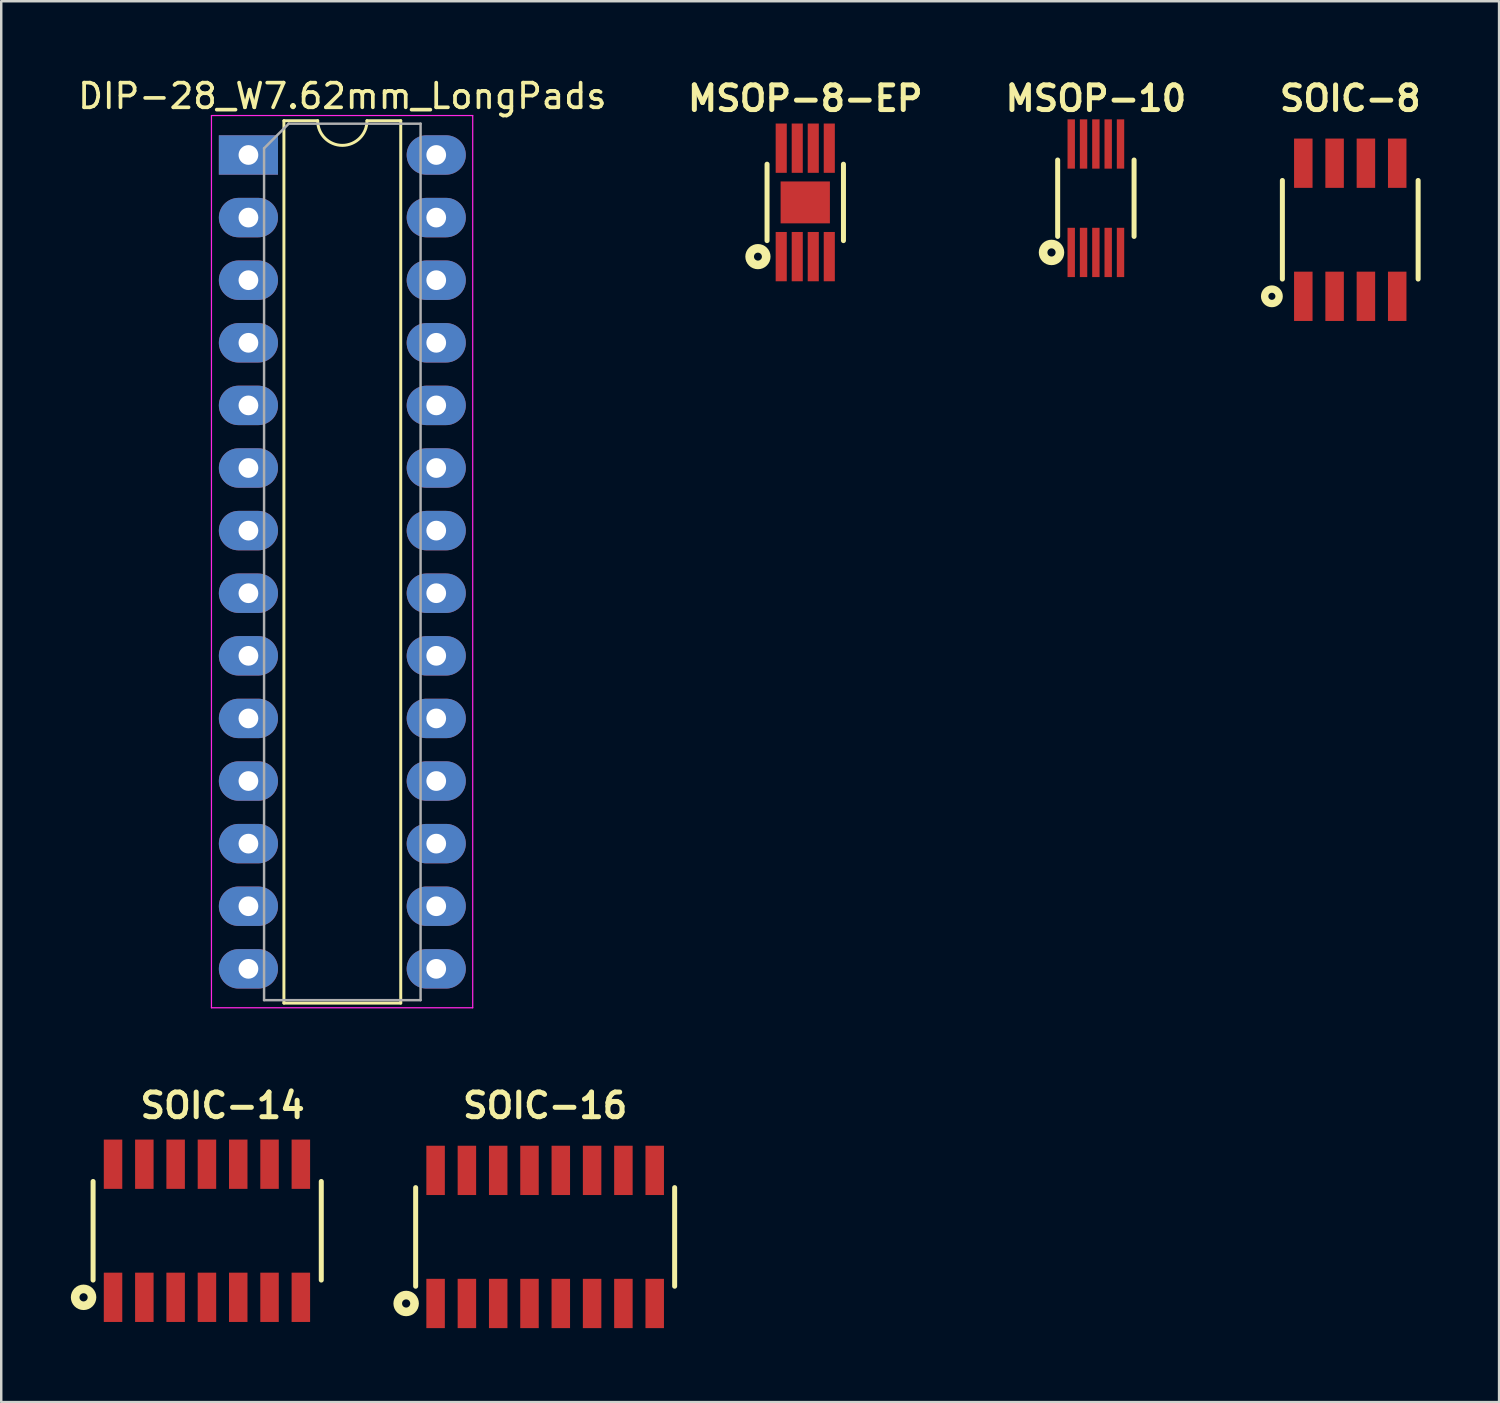
<source format=kicad_pcb>
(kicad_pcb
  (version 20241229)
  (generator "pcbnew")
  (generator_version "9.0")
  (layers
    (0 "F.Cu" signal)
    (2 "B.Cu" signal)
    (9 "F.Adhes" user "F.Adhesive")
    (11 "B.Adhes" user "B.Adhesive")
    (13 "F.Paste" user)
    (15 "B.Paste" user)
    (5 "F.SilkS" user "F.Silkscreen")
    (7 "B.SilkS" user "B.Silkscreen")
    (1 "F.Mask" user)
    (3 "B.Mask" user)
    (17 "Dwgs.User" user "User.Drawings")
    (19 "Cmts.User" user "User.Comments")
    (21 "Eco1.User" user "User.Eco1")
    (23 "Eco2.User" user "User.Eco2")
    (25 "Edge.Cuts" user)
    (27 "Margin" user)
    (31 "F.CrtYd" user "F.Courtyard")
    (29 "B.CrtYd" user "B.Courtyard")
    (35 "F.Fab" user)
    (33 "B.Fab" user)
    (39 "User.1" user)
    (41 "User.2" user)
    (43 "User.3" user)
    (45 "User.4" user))
  (footprint "SOIC-14"
    (layer "F.Cu")
    (at 5.981 46.885)
    (property "Reference" "SOIC-14" (at 0 -5.08 0) (layer "F.SilkS") (effects (font (size 1 1) (thickness 0.203))))
    (attr through_hole)
    (fp_line (start -5.254 2) (end -5.254 -2) (stroke (width 0.203) (type solid)) (layer "F.SilkS"))
    (fp_line (start 4.004 2) (end 4.004 -2) (stroke (width 0.203) (type solid)) (layer "F.SilkS"))
    (fp_circle (center -5.64 2.7) (end -5.5 2.79) (stroke (width 0.35) (type solid)) (fill no) (layer "F.SilkS"))
    (pad "1" smd rect (at -4.445 2.7) (size 0.75 2) (layers "F.Cu" "F.Mask" "F.Paste"))
    (pad "2" smd rect (at -3.175 2.7) (size 0.75 2) (layers "F.Cu" "F.Mask" "F.Paste"))
    (pad "3" smd rect (at -1.905 2.7) (size 0.75 2) (layers "F.Cu" "F.Mask" "F.Paste"))
    (pad "4" smd rect (at -0.635 2.7) (size 0.75 2) (layers "F.Cu" "F.Mask" "F.Paste"))
    (pad "5" smd rect (at 0.635 2.7) (size 0.75 2) (layers "F.Cu" "F.Mask" "F.Paste"))
    (pad "6" smd rect (at 1.905 2.7) (size 0.75 2) (layers "F.Cu" "F.Mask" "F.Paste"))
    (pad "7" smd rect (at 3.175 2.7) (size 0.75 2) (layers "F.Cu" "F.Mask" "F.Paste"))
    (pad "8" smd rect (at 3.175 -2.7) (size 0.75 2) (layers "F.Cu" "F.Mask" "F.Paste"))
    (pad "9" smd rect (at 1.905 -2.7) (size 0.75 2) (layers "F.Cu" "F.Mask" "F.Paste"))
    (pad "10" smd rect (at 0.635 -2.7) (size 0.75 2) (layers "F.Cu" "F.Mask" "F.Paste"))
    (pad "11" smd rect (at -0.635 -2.7) (size 0.75 2) (layers "F.Cu" "F.Mask" "F.Paste"))
    (pad "12" smd rect (at -1.905 -2.7) (size 0.75 2) (layers "F.Cu" "F.Mask" "F.Paste"))
    (pad "13" smd rect (at -3.175 -2.7) (size 0.75 2) (layers "F.Cu" "F.Mask" "F.Paste"))
    (pad "14" smd rect (at -4.445 -2.7) (size 0.75 2) (layers "F.Cu" "F.Mask" "F.Paste")))
  (footprint "SOIC-8"
    (layer "F.Cu")
    (at 51.733 6.272)
    (property "Reference" "SOIC-8" (at 0 -5.33 0) (layer "F.SilkS") (effects (font (size 1 1) (thickness 0.203))))
    (attr through_hole)
    (fp_line (start -2.754 2) (end -2.754 -2) (stroke (width 0.203) (type solid)) (layer "F.SilkS"))
    (fp_line (start 2.754 2) (end 2.754 -2) (stroke (width 0.203) (type solid)) (layer "F.SilkS"))
    (fp_circle (center -3.18 2.7) (end -3.04 2.73) (stroke (width 0.3) (type solid)) (fill no) (layer "F.SilkS"))
    (pad "1" smd rect (at -1.905 2.7) (size 0.75 2) (layers "F.Cu" "F.Mask" "F.Paste"))
    (pad "2" smd rect (at -0.635 2.7) (size 0.75 2) (layers "F.Cu" "F.Mask" "F.Paste"))
    (pad "3" smd rect (at 0.635 2.7) (size 0.75 2) (layers "F.Cu" "F.Mask" "F.Paste"))
    (pad "4" smd rect (at 1.905 2.7) (size 0.75 2) (layers "F.Cu" "F.Mask" "F.Paste"))
    (pad "5" smd rect (at 1.905 -2.7) (size 0.75 2) (layers "F.Cu" "F.Mask" "F.Paste"))
    (pad "6" smd rect (at 0.635 -2.7) (size 0.75 2) (layers "F.Cu" "F.Mask" "F.Paste"))
    (pad "7" smd rect (at -0.635 -2.7) (size 0.75 2) (layers "F.Cu" "F.Mask" "F.Paste"))
    (pad "8" smd rect (at -1.905 -2.7) (size 0.75 2) (layers "F.Cu" "F.Mask" "F.Paste")))
  (footprint "MSOP-8-EP"
    (layer "F.Cu")
    (at 29.621 5.162)
    (property "Reference" "MSOP-8-EP" (at 0 -4.22 0) (layer "F.SilkS") (effects (font (size 1 1) (thickness 0.203))))
    (attr through_hole)
    (fp_line (start -1.55 1.55) (end -1.55 -1.55) (stroke (width 0.203) (type solid)) (layer "F.SilkS"))
    (fp_line (start 1.55 1.55) (end 1.55 -1.55) (stroke (width 0.203) (type solid)) (layer "F.SilkS"))
    (fp_circle (center -1.92 2.2) (end -1.78 2.28) (stroke (width 0.35) (type solid)) (fill no) (layer "F.SilkS"))
    (pad "1" smd rect (at -0.975 2.2) (size 0.45 2) (layers "F.Cu" "F.Mask" "F.Paste"))
    (pad "2" smd rect (at -0.325 2.2) (size 0.45 2) (layers "F.Cu" "F.Mask" "F.Paste"))
    (pad "3" smd rect (at 0.325 2.2) (size 0.45 2) (layers "F.Cu" "F.Mask" "F.Paste"))
    (pad "4" smd rect (at 0.975 2.2) (size 0.45 2) (layers "F.Cu" "F.Mask" "F.Paste"))
    (pad "5" smd rect (at 0.975 -2.2) (size 0.45 2) (layers "F.Cu" "F.Mask" "F.Paste"))
    (pad "6" smd rect (at 0.325 -2.2) (size 0.45 2) (layers "F.Cu" "F.Mask" "F.Paste"))
    (pad "7" smd rect (at -0.325 -2.2) (size 0.45 2) (layers "F.Cu" "F.Mask" "F.Paste"))
    (pad "8" smd rect (at -0.975 -2.2) (size 0.45 2) (layers "F.Cu" "F.Mask" "F.Paste"))
    (pad "9" smd rect (at 0 0) (size 2 1.7) (layers "F.Cu" "F.Mask" "F.Paste")))
  (footprint "SOIC-16"
    (layer "F.Cu")
    (at 19.068 47.135)
    (property "Reference" "SOIC-16" (at 0 -5.33 0) (layer "F.SilkS") (effects (font (size 1 1) (thickness 0.203))))
    (attr through_hole)
    (fp_line (start -5.254 2) (end -5.254 -2) (stroke (width 0.203) (type solid)) (layer "F.SilkS"))
    (fp_line (start 5.254 2) (end 5.254 -2) (stroke (width 0.203) (type solid)) (layer "F.SilkS"))
    (fp_circle (center -5.64 2.7) (end -5.5 2.79) (stroke (width 0.35) (type solid)) (fill no) (layer "F.SilkS"))
    (pad "1" smd rect (at -4.445 2.7) (size 0.75 2) (layers "F.Cu" "F.Mask" "F.Paste"))
    (pad "2" smd rect (at -3.175 2.7) (size 0.75 2) (layers "F.Cu" "F.Mask" "F.Paste"))
    (pad "3" smd rect (at -1.905 2.7) (size 0.75 2) (layers "F.Cu" "F.Mask" "F.Paste"))
    (pad "4" smd rect (at -0.635 2.7) (size 0.75 2) (layers "F.Cu" "F.Mask" "F.Paste"))
    (pad "5" smd rect (at 0.635 2.7) (size 0.75 2) (layers "F.Cu" "F.Mask" "F.Paste"))
    (pad "6" smd rect (at 1.905 2.7) (size 0.75 2) (layers "F.Cu" "F.Mask" "F.Paste"))
    (pad "7" smd rect (at 3.175 2.7) (size 0.75 2) (layers "F.Cu" "F.Mask" "F.Paste"))
    (pad "8" smd rect (at 4.445 2.7) (size 0.75 2) (layers "F.Cu" "F.Mask" "F.Paste"))
    (pad "9" smd rect (at 4.445 -2.7) (size 0.75 2) (layers "F.Cu" "F.Mask" "F.Paste"))
    (pad "10" smd rect (at 3.175 -2.7) (size 0.75 2) (layers "F.Cu" "F.Mask" "F.Paste"))
    (pad "11" smd rect (at 1.905 -2.7) (size 0.75 2) (layers "F.Cu" "F.Mask" "F.Paste"))
    (pad "12" smd rect (at 0.635 -2.7) (size 0.75 2) (layers "F.Cu" "F.Mask" "F.Paste"))
    (pad "13" smd rect (at -0.635 -2.7) (size 0.75 2) (layers "F.Cu" "F.Mask" "F.Paste"))
    (pad "14" smd rect (at -1.905 -2.7) (size 0.75 2) (layers "F.Cu" "F.Mask" "F.Paste"))
    (pad "15" smd rect (at -3.175 -2.7) (size 0.75 2) (layers "F.Cu" "F.Mask" "F.Paste"))
    (pad "16" smd rect (at -4.445 -2.7) (size 0.75 2) (layers "F.Cu" "F.Mask" "F.Paste")))
  (footprint "MSOP-10"
    (layer "F.Cu")
    (at 41.412 4.992)
    (property "Reference" "MSOP-10" (at 0 -4.05 0) (layer "F.SilkS") (effects (font (size 1 1) (thickness 0.203))))
    (attr through_hole)
    (fp_line (start -1.55 1.55) (end -1.55 -1.55) (stroke (width 0.203) (type solid)) (layer "F.SilkS"))
    (fp_line (start 1.55 1.55) (end 1.55 -1.55) (stroke (width 0.203) (type solid)) (layer "F.SilkS"))
    (fp_circle (center -1.8 2.2) (end -1.66 2.29) (stroke (width 0.35) (type solid)) (fill no) (layer "F.SilkS"))
    (pad "1" smd rect (at -1 2.2) (size 0.3 2) (layers "F.Cu" "F.Mask" "F.Paste"))
    (pad "2" smd rect (at -0.5 2.2) (size 0.3 2) (layers "F.Cu" "F.Mask" "F.Paste"))
    (pad "3" smd rect (at 0 2.2) (size 0.3 2) (layers "F.Cu" "F.Mask" "F.Paste"))
    (pad "4" smd rect (at 0.5 2.2) (size 0.3 2) (layers "F.Cu" "F.Mask" "F.Paste"))
    (pad "5" smd rect (at 1 2.2) (size 0.3 2) (layers "F.Cu" "F.Mask" "F.Paste"))
    (pad "6" smd rect (at 0 -2.2) (size 0.3 2) (layers "F.Cu" "F.Mask" "F.Paste"))
    (pad "7" smd rect (at 0.5 -2.2) (size 0.3 2) (layers "F.Cu" "F.Mask" "F.Paste"))
    (pad "8" smd rect (at 1 -2.2) (size 0.3 2) (layers "F.Cu" "F.Mask" "F.Paste"))
    (pad "9" smd rect (at -0.5 -2.2) (size 0.3 2) (layers "F.Cu" "F.Mask" "F.Paste"))
    (pad "10" smd rect (at -1 -2.2) (size 0.3 2) (layers "F.Cu" "F.Mask" "F.Paste")))
  (footprint "DIP-28_W7.62mm_LongPads"
    (layer "F.Cu")
    (at 7.029 3.238)
    (property "Reference" "DIP-28_W7.62mm_LongPads" (at 3.81 -2.39 0) (layer "F.SilkS") (effects (font (size 1 1) (thickness 0.15))))
    (attr through_hole)
    (fp_line (start 1.44 -1.39) (end 1.44 34.41) (stroke (width 0.12) (type solid)) (layer "F.SilkS"))
    (fp_line (start 1.44 34.41) (end 6.18 34.41) (stroke (width 0.12) (type solid)) (layer "F.SilkS"))
    (fp_line (start 2.81 -1.39) (end 1.44 -1.39) (stroke (width 0.12) (type solid)) (layer "F.SilkS"))
    (fp_line (start 6.18 -1.39) (end 4.81 -1.39) (stroke (width 0.12) (type solid)) (layer "F.SilkS"))
    (fp_line (start 6.18 34.41) (end 6.18 -1.39) (stroke (width 0.12) (type solid)) (layer "F.SilkS"))
    (fp_arc (start 4.81 -1.39) (mid 3.81 -0.39) (end 2.81 -1.39) (stroke (width 0.12) (type solid)) (layer "F.SilkS"))
    (fp_line (start -1.5 -1.6) (end -1.5 34.6) (stroke (width 0.05) (type solid)) (layer "F.CrtYd"))
    (fp_line (start -1.5 34.6) (end 9.1 34.6) (stroke (width 0.05) (type solid)) (layer "F.CrtYd"))
    (fp_line (start 9.1 -1.6) (end -1.5 -1.6) (stroke (width 0.05) (type solid)) (layer "F.CrtYd"))
    (fp_line (start 9.1 34.6) (end 9.1 -1.6) (stroke (width 0.05) (type solid)) (layer "F.CrtYd"))
    (fp_line (start 0.635 -0.27) (end 1.635 -1.27) (stroke (width 0.1) (type solid)) (layer "F.Fab"))
    (fp_line (start 0.635 34.29) (end 0.635 -0.27) (stroke (width 0.1) (type solid)) (layer "F.Fab"))
    (fp_line (start 1.635 -1.27) (end 6.985 -1.27) (stroke (width 0.1) (type solid)) (layer "F.Fab"))
    (fp_line (start 6.985 -1.27) (end 6.985 34.29) (stroke (width 0.1) (type solid)) (layer "F.Fab"))
    (fp_line (start 6.985 34.29) (end 0.635 34.29) (stroke (width 0.1) (type solid)) (layer "F.Fab"))
    (pad "1" thru_hole rect (at 0 0) (size 2.4 1.6) (drill 0.8) (layers "*.Cu" "*.Mask"))
    (pad "2" thru_hole oval (at 0 2.54) (size 2.4 1.6) (drill 0.8) (layers "*.Cu" "*.Mask"))
    (pad "3" thru_hole oval (at 0 5.08) (size 2.4 1.6) (drill 0.8) (layers "*.Cu" "*.Mask"))
    (pad "4" thru_hole oval (at 0 7.62) (size 2.4 1.6) (drill 0.8) (layers "*.Cu" "*.Mask"))
    (pad "5" thru_hole oval (at 0 10.16) (size 2.4 1.6) (drill 0.8) (layers "*.Cu" "*.Mask"))
    (pad "6" thru_hole oval (at 0 12.7) (size 2.4 1.6) (drill 0.8) (layers "*.Cu" "*.Mask"))
    (pad "7" thru_hole oval (at 0 15.24) (size 2.4 1.6) (drill 0.8) (layers "*.Cu" "*.Mask"))
    (pad "8" thru_hole oval (at 0 17.78) (size 2.4 1.6) (drill 0.8) (layers "*.Cu" "*.Mask"))
    (pad "9" thru_hole oval (at 0 20.32) (size 2.4 1.6) (drill 0.8) (layers "*.Cu" "*.Mask"))
    (pad "10" thru_hole oval (at 0 22.86) (size 2.4 1.6) (drill 0.8) (layers "*.Cu" "*.Mask"))
    (pad "11" thru_hole oval (at 0 25.4) (size 2.4 1.6) (drill 0.8) (layers "*.Cu" "*.Mask"))
    (pad "12" thru_hole oval (at 0 27.94) (size 2.4 1.6) (drill 0.8) (layers "*.Cu" "*.Mask"))
    (pad "13" thru_hole oval (at 0 30.48) (size 2.4 1.6) (drill 0.8) (layers "*.Cu" "*.Mask"))
    (pad "14" thru_hole oval (at 0 33.02) (size 2.4 1.6) (drill 0.8) (layers "*.Cu" "*.Mask"))
    (pad "15" thru_hole oval (at 7.62 33.02) (size 2.4 1.6) (drill 0.8) (layers "*.Cu" "*.Mask"))
    (pad "16" thru_hole oval (at 7.62 30.48) (size 2.4 1.6) (drill 0.8) (layers "*.Cu" "*.Mask"))
    (pad "17" thru_hole oval (at 7.62 27.94) (size 2.4 1.6) (drill 0.8) (layers "*.Cu" "*.Mask"))
    (pad "18" thru_hole oval (at 7.62 25.4) (size 2.4 1.6) (drill 0.8) (layers "*.Cu" "*.Mask"))
    (pad "19" thru_hole oval (at 7.62 22.86) (size 2.4 1.6) (drill 0.8) (layers "*.Cu" "*.Mask"))
    (pad "20" thru_hole oval (at 7.62 20.32) (size 2.4 1.6) (drill 0.8) (layers "*.Cu" "*.Mask"))
    (pad "21" thru_hole oval (at 7.62 17.78) (size 2.4 1.6) (drill 0.8) (layers "*.Cu" "*.Mask"))
    (pad "22" thru_hole oval (at 7.62 15.24) (size 2.4 1.6) (drill 0.8) (layers "*.Cu" "*.Mask"))
    (pad "23" thru_hole oval (at 7.62 12.7) (size 2.4 1.6) (drill 0.8) (layers "*.Cu" "*.Mask"))
    (pad "24" thru_hole oval (at 7.62 10.16) (size 2.4 1.6) (drill 0.8) (layers "*.Cu" "*.Mask"))
    (pad "25" thru_hole oval (at 7.62 7.62) (size 2.4 1.6) (drill 0.8) (layers "*.Cu" "*.Mask"))
    (pad "26" thru_hole oval (at 7.62 5.08) (size 2.4 1.6) (drill 0.8) (layers "*.Cu" "*.Mask"))
    (pad "27" thru_hole oval (at 7.62 2.54) (size 2.4 1.6) (drill 0.8) (layers "*.Cu" "*.Mask"))
    (pad "28" thru_hole oval (at 7.62 0) (size 2.4 1.6) (drill 0.8) (layers "*.Cu" "*.Mask")))
  (gr_rect
    (start -3 -3)
    (end 57.771 53.835)
    (stroke (width 0.1) (type default))
    (fill no)
    (layer "Edge.Cuts")))
</source>
